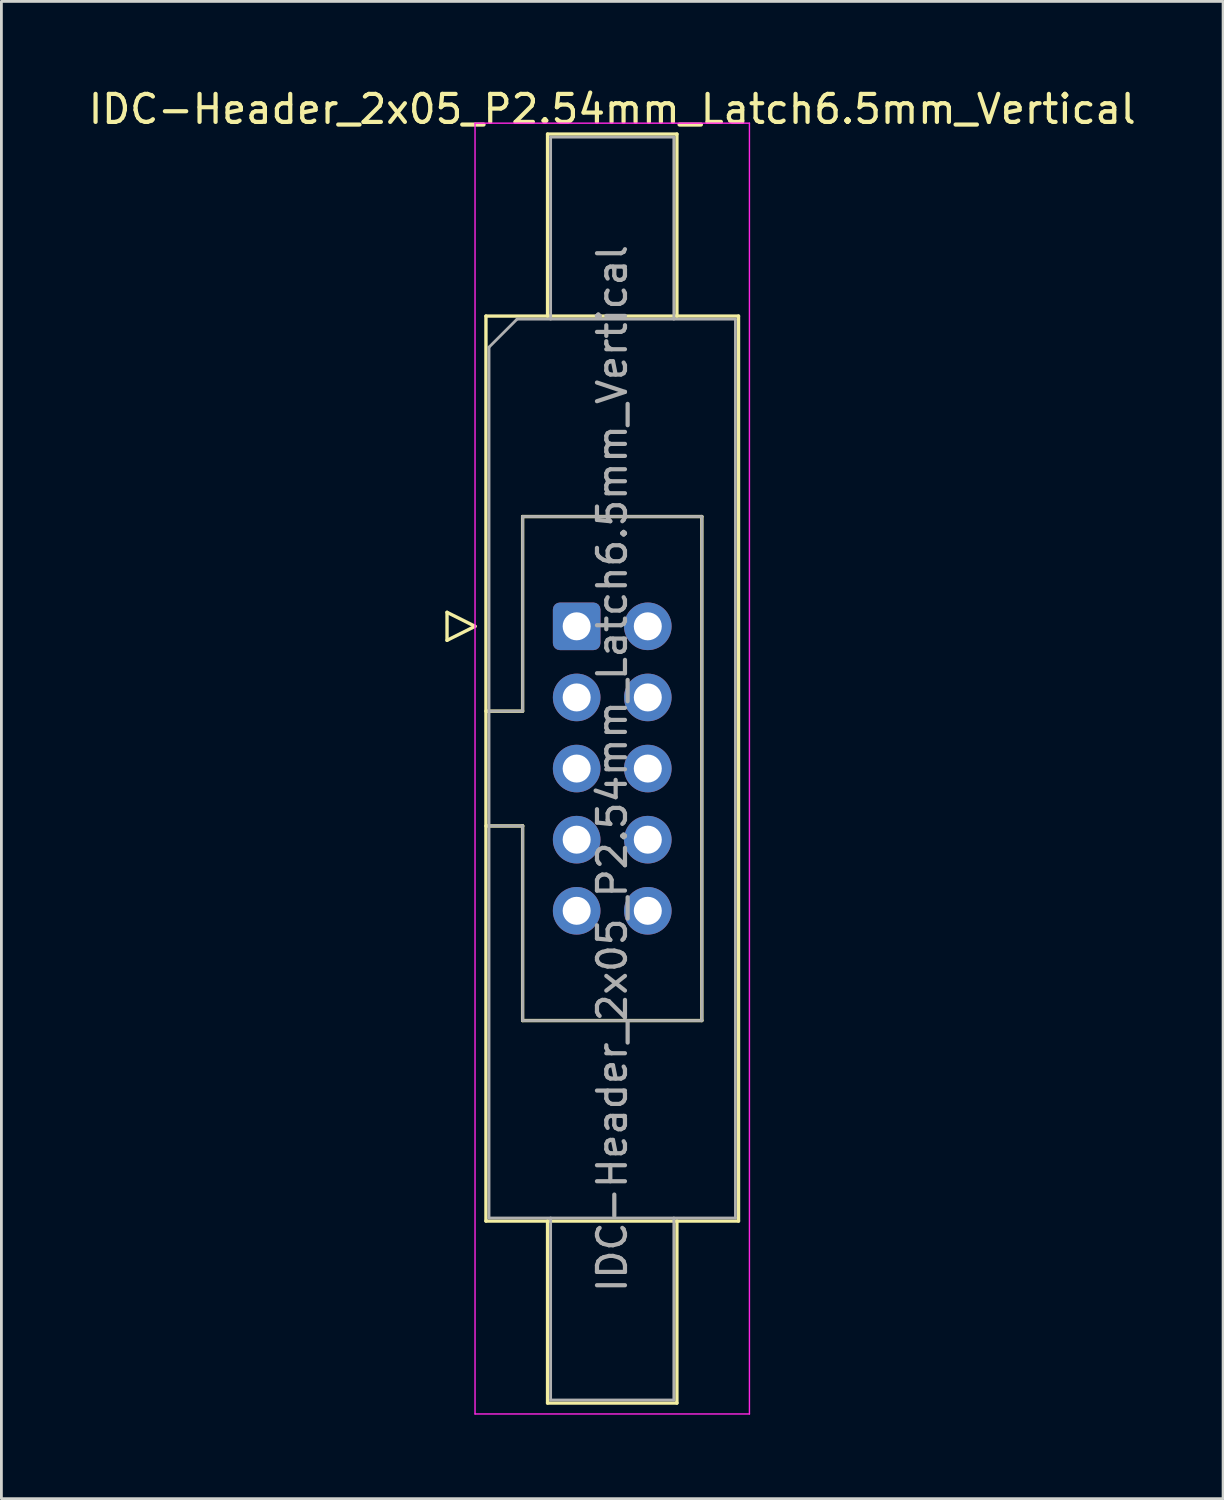
<source format=kicad_pcb>
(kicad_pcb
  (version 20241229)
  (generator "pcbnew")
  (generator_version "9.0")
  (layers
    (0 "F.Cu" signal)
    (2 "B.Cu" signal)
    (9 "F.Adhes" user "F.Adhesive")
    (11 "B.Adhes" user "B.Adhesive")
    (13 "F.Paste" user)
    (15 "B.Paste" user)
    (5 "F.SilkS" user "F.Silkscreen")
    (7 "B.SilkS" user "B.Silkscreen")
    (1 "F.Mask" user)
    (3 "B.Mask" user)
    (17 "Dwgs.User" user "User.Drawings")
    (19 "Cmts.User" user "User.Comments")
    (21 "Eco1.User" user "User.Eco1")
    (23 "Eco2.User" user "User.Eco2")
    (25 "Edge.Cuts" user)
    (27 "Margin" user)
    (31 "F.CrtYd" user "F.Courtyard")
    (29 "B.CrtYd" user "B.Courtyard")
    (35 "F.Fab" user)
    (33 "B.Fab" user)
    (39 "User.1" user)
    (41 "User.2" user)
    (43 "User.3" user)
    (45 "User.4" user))
  (footprint "IDC-Header_2x05_P2.54mm_Latch6.5mm_Vertical"
    (layer "F.Cu")
    (at 17.545 19.318)
    (property "Reference" "IDC-Header_2x05_P2.54mm_Latch6.5mm_Vertical" (at 1.27 -18.47 0) (layer "F.SilkS") (effects (font (size 1 1) (thickness 0.15))))
    (attr through_hole)
    (fp_line (start -4.63 -0.5) (end -4.63 0.5) (stroke (width 0.12) (type solid)) (layer "F.SilkS"))
    (fp_line (start -4.63 0.5) (end -3.63 0) (stroke (width 0.12) (type solid)) (layer "F.SilkS"))
    (fp_line (start -3.63 0) (end -4.63 -0.5) (stroke (width 0.12) (type solid)) (layer "F.SilkS"))
    (fp_line (start -3.24 -11.08) (end 5.78 -11.08) (stroke (width 0.12) (type solid)) (layer "F.SilkS"))
    (fp_line (start -3.24 3.03) (end -1.93 3.03) (stroke (width 0.12) (type solid)) (layer "F.SilkS"))
    (fp_line (start -3.24 21.24) (end -3.24 -11.08) (stroke (width 0.12) (type solid)) (layer "F.SilkS"))
    (fp_line (start -1.93 -3.92) (end 4.47 -3.92) (stroke (width 0.12) (type solid)) (layer "F.SilkS"))
    (fp_line (start -1.93 3.03) (end -1.93 -3.92) (stroke (width 0.12) (type solid)) (layer "F.SilkS"))
    (fp_line (start -1.93 7.13) (end -3.24 7.13) (stroke (width 0.12) (type solid)) (layer "F.SilkS"))
    (fp_line (start -1.93 7.13) (end -1.93 7.13) (stroke (width 0.12) (type solid)) (layer "F.SilkS"))
    (fp_line (start -1.93 14.08) (end -1.93 7.13) (stroke (width 0.12) (type solid)) (layer "F.SilkS"))
    (fp_line (start -1.04 -17.58) (end 3.58 -17.58) (stroke (width 0.12) (type solid)) (layer "F.SilkS"))
    (fp_line (start -1.04 -11.08) (end -1.04 -17.58) (stroke (width 0.12) (type solid)) (layer "F.SilkS"))
    (fp_line (start -1.04 21.24) (end -1.04 27.74) (stroke (width 0.12) (type solid)) (layer "F.SilkS"))
    (fp_line (start -1.04 27.74) (end 3.58 27.74) (stroke (width 0.12) (type solid)) (layer "F.SilkS"))
    (fp_line (start 3.58 -17.58) (end 3.58 -11.08) (stroke (width 0.12) (type solid)) (layer "F.SilkS"))
    (fp_line (start 3.58 27.74) (end 3.58 21.24) (stroke (width 0.12) (type solid)) (layer "F.SilkS"))
    (fp_line (start 4.47 -3.92) (end 4.47 14.08) (stroke (width 0.12) (type solid)) (layer "F.SilkS"))
    (fp_line (start 4.47 14.08) (end -1.93 14.08) (stroke (width 0.12) (type solid)) (layer "F.SilkS"))
    (fp_line (start 5.78 -11.08) (end 5.78 21.24) (stroke (width 0.12) (type solid)) (layer "F.SilkS"))
    (fp_line (start 5.78 21.24) (end -3.24 21.24) (stroke (width 0.12) (type solid)) (layer "F.SilkS"))
    (fp_line (start -3.63 -17.97) (end -3.63 28.13) (stroke (width 0.05) (type solid)) (layer "F.CrtYd"))
    (fp_line (start -3.63 28.13) (end 6.17 28.13) (stroke (width 0.05) (type solid)) (layer "F.CrtYd"))
    (fp_line (start 6.17 -17.97) (end -3.63 -17.97) (stroke (width 0.05) (type solid)) (layer "F.CrtYd"))
    (fp_line (start 6.17 28.13) (end 6.17 -17.97) (stroke (width 0.05) (type solid)) (layer "F.CrtYd"))
    (fp_line (start -3.13 -9.97) (end -2.13 -10.97) (stroke (width 0.1) (type solid)) (layer "F.Fab"))
    (fp_line (start -3.13 3.03) (end -1.93 3.03) (stroke (width 0.1) (type solid)) (layer "F.Fab"))
    (fp_line (start -3.13 21.13) (end -3.13 -9.97) (stroke (width 0.1) (type solid)) (layer "F.Fab"))
    (fp_line (start -2.13 -10.97) (end 5.67 -10.97) (stroke (width 0.1) (type solid)) (layer "F.Fab"))
    (fp_line (start -1.93 -3.92) (end 4.47 -3.92) (stroke (width 0.1) (type solid)) (layer "F.Fab"))
    (fp_line (start -1.93 3.03) (end -1.93 -3.92) (stroke (width 0.1) (type solid)) (layer "F.Fab"))
    (fp_line (start -1.93 7.13) (end -3.13 7.13) (stroke (width 0.1) (type solid)) (layer "F.Fab"))
    (fp_line (start -1.93 7.13) (end -1.93 7.13) (stroke (width 0.1) (type solid)) (layer "F.Fab"))
    (fp_line (start -1.93 14.08) (end -1.93 7.13) (stroke (width 0.1) (type solid)) (layer "F.Fab"))
    (fp_line (start -0.93 -17.47) (end 3.47 -17.47) (stroke (width 0.1) (type solid)) (layer "F.Fab"))
    (fp_line (start -0.93 -10.97) (end -0.93 -17.47) (stroke (width 0.1) (type solid)) (layer "F.Fab"))
    (fp_line (start -0.93 21.13) (end -0.93 27.63) (stroke (width 0.1) (type solid)) (layer "F.Fab"))
    (fp_line (start -0.93 27.63) (end 3.47 27.63) (stroke (width 0.1) (type solid)) (layer "F.Fab"))
    (fp_line (start 3.47 -17.47) (end 3.47 -10.97) (stroke (width 0.1) (type solid)) (layer "F.Fab"))
    (fp_line (start 3.47 27.63) (end 3.47 21.13) (stroke (width 0.1) (type solid)) (layer "F.Fab"))
    (fp_line (start 4.47 -3.92) (end 4.47 14.08) (stroke (width 0.1) (type solid)) (layer "F.Fab"))
    (fp_line (start 4.47 14.08) (end -1.93 14.08) (stroke (width 0.1) (type solid)) (layer "F.Fab"))
    (fp_line (start 5.67 -10.97) (end 5.67 21.13) (stroke (width 0.1) (type solid)) (layer "F.Fab"))
    (fp_line (start 5.67 21.13) (end -3.13 21.13) (stroke (width 0.1) (type solid)) (layer "F.Fab"))
    (fp_text user "${REFERENCE}" (at 1.27 5.08 90) (layer "F.Fab") (effects (font (size 1 1) (thickness 0.15))))
    (pad "1" thru_hole roundrect (at 0 0) (size 1.7 1.7) (drill 1) (layers "*.Cu" "*.Mask") (roundrect_rratio 0.147))
    (pad "2" thru_hole circle (at 2.54 0) (size 1.7 1.7) (drill 1) (layers "*.Cu" "*.Mask"))
    (pad "3" thru_hole circle (at 0 2.54) (size 1.7 1.7) (drill 1) (layers "*.Cu" "*.Mask"))
    (pad "4" thru_hole circle (at 2.54 2.54) (size 1.7 1.7) (drill 1) (layers "*.Cu" "*.Mask"))
    (pad "5" thru_hole circle (at 0 5.08) (size 1.7 1.7) (drill 1) (layers "*.Cu" "*.Mask"))
    (pad "6" thru_hole circle (at 2.54 5.08) (size 1.7 1.7) (drill 1) (layers "*.Cu" "*.Mask"))
    (pad "7" thru_hole circle (at 0 7.62) (size 1.7 1.7) (drill 1) (layers "*.Cu" "*.Mask"))
    (pad "8" thru_hole circle (at 2.54 7.62) (size 1.7 1.7) (drill 1) (layers "*.Cu" "*.Mask"))
    (pad "9" thru_hole circle (at 0 10.16) (size 1.7 1.7) (drill 1) (layers "*.Cu" "*.Mask"))
    (pad "10" thru_hole circle (at 2.54 10.16) (size 1.7 1.7) (drill 1) (layers "*.Cu" "*.Mask")))
  (gr_rect
    (start -3 -3)
    (end 40.631 50.473)
    (stroke (width 0.1) (type default))
    (fill no)
    (layer "Edge.Cuts")))
</source>
